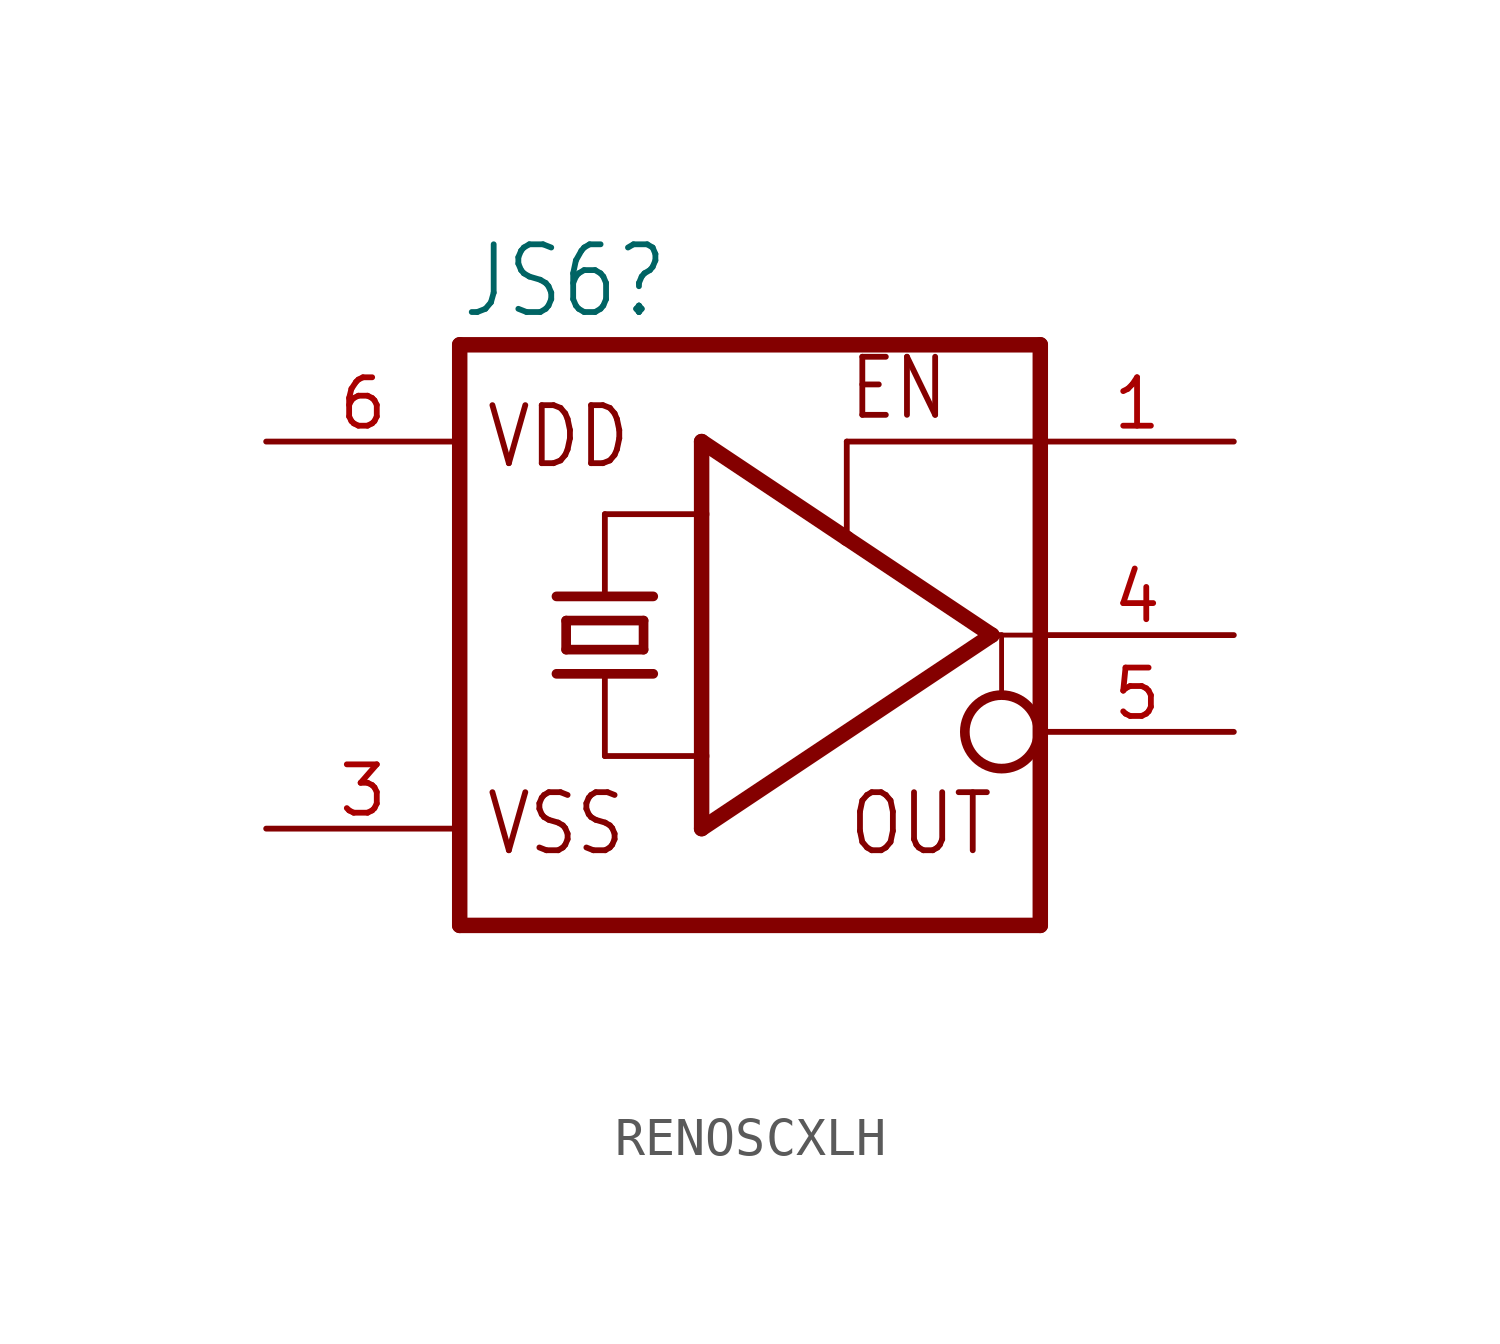
<source format=kicad_sym>
(kicad_symbol_lib
  (version 20220914)
  (generator kicad_symbol_editor)
  (symbol "RENOSCXLH"
    (property "Reference" "JS6"
      (at -10.16 8.255 0)
      (effects (font (size 1.778 1.511)) (justify left bottom)))
    (property "Value" ""
      (at -10.16 -10.16 0)
      (effects (font (size 1.778 1.511)) (justify left bottom)))
    (property "ki_locked" ""
      (at 0 0 0)
      (effects (font (size 1.27 1.27))))
    (symbol "RENOSCXLH_1_0"
      (polyline (pts (xy -10.16 7.62) (xy -10.16 -7.62)) (stroke (width 0.406) (type solid)) (fill (type none)))
      (polyline (pts (xy -10.16 7.62) (xy 5.08 7.62)) (stroke (width 0.406) (type solid)) (fill (type none)))
      (polyline (pts (xy -7.62 -1.016) (xy -6.35 -1.016)) (stroke (width 0.254) (type solid)) (fill (type none)))
      (polyline (pts (xy -7.62 1.016) (xy -5.08 1.016)) (stroke (width 0.254) (type solid)) (fill (type none)))
      (polyline (pts (xy -7.366 -0.381) (xy -7.366 0.381)) (stroke (width 0.254) (type solid)) (fill (type none)))
      (polyline (pts (xy -7.366 -0.381) (xy -5.334 -0.381)) (stroke (width 0.254) (type solid)) (fill (type none)))
      (polyline (pts (xy -7.366 0.381) (xy -5.334 0.381)) (stroke (width 0.254) (type solid)) (fill (type none)))
      (polyline (pts (xy -6.35 -3.175) (xy -6.35 -1.016)) (stroke (width 0.152) (type solid)) (fill (type none)))
      (polyline (pts (xy -6.35 -3.175) (xy -3.81 -3.175)) (stroke (width 0.152) (type solid)) (fill (type none)))
      (polyline (pts (xy -6.35 -1.016) (xy -5.08 -1.016)) (stroke (width 0.254) (type solid)) (fill (type none)))
      (polyline (pts (xy -6.35 1.016) (xy -6.35 3.175)) (stroke (width 0.152) (type solid)) (fill (type none)))
      (polyline (pts (xy -6.35 3.175) (xy -3.81 3.175)) (stroke (width 0.152) (type solid)) (fill (type none)))
      (polyline (pts (xy -5.334 0.381) (xy -5.334 -0.381)) (stroke (width 0.254) (type solid)) (fill (type none)))
      (polyline (pts (xy -3.81 -5.08) (xy -3.81 -3.175)) (stroke (width 0.406) (type solid)) (fill (type none)))
      (polyline (pts (xy -3.81 -3.175) (xy -3.81 3.175)) (stroke (width 0.406) (type solid)) (fill (type none)))
      (polyline (pts (xy -3.81 3.175) (xy -3.81 5.08)) (stroke (width 0.406) (type solid)) (fill (type none)))
      (polyline (pts (xy -3.81 5.08) (xy 0 2.54)) (stroke (width 0.406) (type solid)) (fill (type none)))
      (polyline (pts (xy 0 2.54) (xy 3.81 0)) (stroke (width 0.406) (type solid)) (fill (type none)))
      (polyline (pts (xy 0 5.08) (xy 0 2.54)) (stroke (width 0.152) (type solid)) (fill (type none)))
      (polyline (pts (xy 3.81 0) (xy -3.81 -5.08)) (stroke (width 0.406) (type solid)) (fill (type none)))
      (polyline (pts (xy 3.81 0) (xy 4.064 0)) (stroke (width 0.152) (type solid)) (fill (type none)))
      (polyline (pts (xy 4.064 0) (xy 4.064 -1.524)) (stroke (width 0.127) (type solid)) (fill (type none)))
      (polyline (pts (xy 4.064 0) (xy 5.08 0)) (stroke (width 0.127) (type solid)) (fill (type none)))
      (polyline (pts (xy 5.08 -7.62) (xy -10.16 -7.62)) (stroke (width 0.406) (type solid)) (fill (type none)))
      (polyline (pts (xy 5.08 -7.62) (xy 5.08 0)) (stroke (width 0.406) (type solid)) (fill (type none)))
      (polyline (pts (xy 5.08 0) (xy 5.08 5.08)) (stroke (width 0.406) (type solid)) (fill (type none)))
      (polyline (pts (xy 5.08 5.08) (xy 0 5.08)) (stroke (width 0.152) (type solid)) (fill (type none)))
      (polyline (pts (xy 5.08 5.08) (xy 5.08 7.62)) (stroke (width 0.406) (type solid)) (fill (type none)))
      (circle (center 4.064 -2.54) (radius 0.965) (stroke (width 0.254) (type solid)) (fill (type none)))
      (text "EN" (at 0 5.588 0) (effects (font (size 1.524 1.295)) (justify left bottom)))
      (text "OUT" (at 0 -5.842 0) (effects (font (size 1.524 1.295)) (justify left bottom)))
      (text "VDD" (at -9.525 4.318 0) (effects (font (size 1.524 1.295)) (justify left bottom)))
      (text "VSS" (at -9.525 -5.842 0) (effects (font (size 1.524 1.295)) (justify left bottom)))
      (pin input line (at 10.16 5.08 180) (length 5.08) (name "EN" (effects (font (size 0 0)))) (number "1" (effects (font (size 1.27 1.27)))))
      (pin power_in line (at -15.24 -5.08 0) (length 5.08) (name "VSS" (effects (font (size 0 0)))) (number "3" (effects (font (size 1.27 1.27)))))
      (pin output line (at 10.16 0 180) (length 5.08) (name "OUT1" (effects (font (size 0 0)))) (number "4" (effects (font (size 1.27 1.27)))))
      (pin output line (at 10.16 -2.54 180) (length 5.08) (name "OUT2" (effects (font (size 0 0)))) (number "5" (effects (font (size 1.27 1.27)))))
      (pin power_in line (at -15.24 5.08 0) (length 5.08) (name "VDD" (effects (font (size 0 0)))) (number "6" (effects (font (size 1.27 1.27))))))))
</source>
